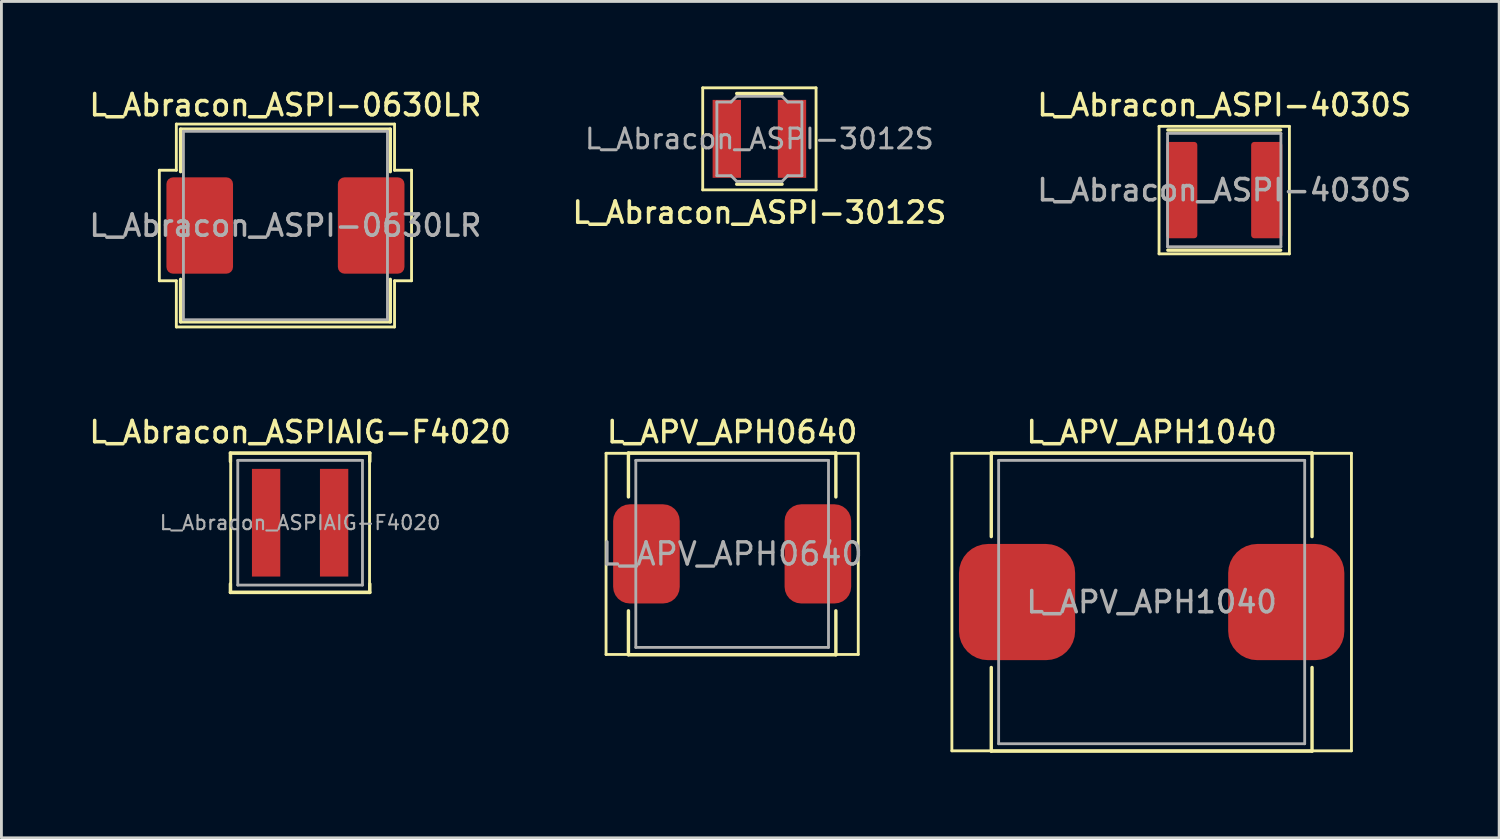
<source format=kicad_pcb>
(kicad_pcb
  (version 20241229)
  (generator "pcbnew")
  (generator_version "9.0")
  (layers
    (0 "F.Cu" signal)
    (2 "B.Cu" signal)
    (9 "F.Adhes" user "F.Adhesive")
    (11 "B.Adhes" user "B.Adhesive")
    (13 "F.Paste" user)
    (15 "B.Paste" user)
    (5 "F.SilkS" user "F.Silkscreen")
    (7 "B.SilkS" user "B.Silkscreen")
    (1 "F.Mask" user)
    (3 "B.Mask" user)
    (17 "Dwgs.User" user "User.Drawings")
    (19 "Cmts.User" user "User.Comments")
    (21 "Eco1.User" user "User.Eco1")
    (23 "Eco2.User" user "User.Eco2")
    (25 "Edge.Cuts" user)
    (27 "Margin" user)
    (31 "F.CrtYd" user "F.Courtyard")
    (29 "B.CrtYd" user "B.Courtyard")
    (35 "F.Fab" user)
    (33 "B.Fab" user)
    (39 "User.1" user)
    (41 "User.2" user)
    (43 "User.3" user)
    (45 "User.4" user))
  (footprint "L_APV_APH0640"
    (layer "F.Cu")
    (at 22.787 16.496)
    (property "Reference" "L_APV_APH0640" (at 0 -4.3 0) (layer "F.SilkS") (effects (font (size 0.75 0.75) (thickness 0.125))))
    (attr smd)
    (fp_line (start -4.45 -3.55) (end -4.45 3.55) (stroke (width 0.1) (type solid)) (layer "F.SilkS"))
    (fp_line (start -4.45 3.55) (end 4.45 3.55) (stroke (width 0.1) (type solid)) (layer "F.SilkS"))
    (fp_line (start -3.66 -3.56) (end -3.66 -2.01) (stroke (width 0.12) (type solid)) (layer "F.SilkS"))
    (fp_line (start -3.66 -3.56) (end 3.66 -3.56) (stroke (width 0.12) (type solid)) (layer "F.SilkS"))
    (fp_line (start -3.66 3.56) (end -3.66 2.01) (stroke (width 0.12) (type solid)) (layer "F.SilkS"))
    (fp_line (start -3.66 3.56) (end 3.66 3.56) (stroke (width 0.12) (type solid)) (layer "F.SilkS"))
    (fp_line (start 3.66 -3.56) (end 3.66 -2.01) (stroke (width 0.12) (type solid)) (layer "F.SilkS"))
    (fp_line (start 3.66 3.56) (end 3.66 2.01) (stroke (width 0.12) (type solid)) (layer "F.SilkS"))
    (fp_line (start 4.45 -3.55) (end -4.45 -3.55) (stroke (width 0.1) (type solid)) (layer "F.SilkS"))
    (fp_line (start 4.45 3.55) (end 4.45 -3.55) (stroke (width 0.1) (type solid)) (layer "F.SilkS"))
    (fp_line (start -3.4 -3.3) (end -3.4 3.3) (stroke (width 0.1) (type solid)) (layer "F.Fab"))
    (fp_line (start -3.4 3.3) (end 3.4 3.3) (stroke (width 0.1) (type solid)) (layer "F.Fab"))
    (fp_line (start 3.4 -3.3) (end -3.4 -3.3) (stroke (width 0.1) (type solid)) (layer "F.Fab"))
    (fp_line (start 3.4 3.3) (end 3.4 -3.3) (stroke (width 0.1) (type solid)) (layer "F.Fab"))
    (fp_text user "${REFERENCE}" (at 0 0 0) (layer "F.Fab") (effects (font (size 0.783 0.783) (thickness 0.117))))
    (pad "1" smd roundrect (at -3.025 0) (size 2.35 3.5) (layers "F.Cu" "F.Mask" "F.Paste") (roundrect_rratio 0.25))
    (pad "2" smd roundrect (at 3.025 0) (size 2.35 3.5) (layers "F.Cu" "F.Mask" "F.Paste") (roundrect_rratio 0.25)))
  (footprint "L_Abracon_ASPI-3012S"
    (layer "F.Cu")
    (at 23.748 1.85)
    (property "Reference" "L_Abracon_ASPI-3012S" (at 0 2.6 0) (layer "F.SilkS") (effects (font (size 0.75 0.75) (thickness 0.125))))
    (attr smd)
    (fp_line (start -2 -1.8) (end -2 1.8) (stroke (width 0.1) (type solid)) (layer "F.SilkS"))
    (fp_line (start -2 1.8) (end 2 1.8) (stroke (width 0.1) (type solid)) (layer "F.SilkS"))
    (fp_line (start -0.8 -1.6) (end 0.8 -1.6) (stroke (width 0.12) (type solid)) (layer "F.SilkS"))
    (fp_line (start -0.8 1.6) (end 0.8 1.6) (stroke (width 0.12) (type solid)) (layer "F.SilkS"))
    (fp_line (start 2 -1.8) (end -2 -1.8) (stroke (width 0.1) (type solid)) (layer "F.SilkS"))
    (fp_line (start 2 1.8) (end 2 -1.8) (stroke (width 0.1) (type solid)) (layer "F.SilkS"))
    (fp_line (start -1.5 -1.3) (end -1.5 1.3) (stroke (width 0.1) (type solid)) (layer "F.Fab"))
    (fp_line (start -1.5 1.3) (end -1 1.3) (stroke (width 0.1) (type solid)) (layer "F.Fab"))
    (fp_line (start -1 -1.3) (end -1.5 -1.3) (stroke (width 0.1) (type solid)) (layer "F.Fab"))
    (fp_line (start -1 1.3) (end -0.8 1.5) (stroke (width 0.1) (type solid)) (layer "F.Fab"))
    (fp_line (start -0.8 -1.5) (end -1 -1.3) (stroke (width 0.1) (type solid)) (layer "F.Fab"))
    (fp_line (start -0.8 1.5) (end 0.8 1.5) (stroke (width 0.1) (type solid)) (layer "F.Fab"))
    (fp_line (start 0.8 -1.5) (end -0.8 -1.5) (stroke (width 0.1) (type solid)) (layer "F.Fab"))
    (fp_line (start 0.8 1.5) (end 1 1.3) (stroke (width 0.1) (type solid)) (layer "F.Fab"))
    (fp_line (start 1 -1.3) (end 0.8 -1.5) (stroke (width 0.1) (type solid)) (layer "F.Fab"))
    (fp_line (start 1 1.3) (end 1.5 1.3) (stroke (width 0.1) (type solid)) (layer "F.Fab"))
    (fp_line (start 1.5 -1.3) (end 1 -1.3) (stroke (width 0.1) (type solid)) (layer "F.Fab"))
    (fp_line (start 1.5 1.3) (end 1.5 -1.3) (stroke (width 0.1) (type solid)) (layer "F.Fab"))
    (fp_text user "${REFERENCE}" (at 0 0 0) (layer "F.Fab") (effects (font (size 0.7 0.7) (thickness 0.105))))
    (pad "1" smd rect (at -1.15 0) (size 1 2.75) (layers "F.Cu" "F.Mask" "F.Paste"))
    (pad "2" smd rect (at 1.15 0) (size 1 2.75) (layers "F.Cu" "F.Mask" "F.Paste")))
  (footprint "L_Abracon_ASPI-4030S"
    (layer "F.Cu")
    (at 40.152 3.658)
    (property "Reference" "L_Abracon_ASPI-4030S" (at 0 -3 0) (layer "F.SilkS") (effects (font (size 0.75 0.75) (thickness 0.125))))
    (attr smd)
    (fp_line (start -2.3 -2.25) (end -2.3 2.25) (stroke (width 0.1) (type solid)) (layer "F.SilkS"))
    (fp_line (start -2.3 2.25) (end 2.3 2.25) (stroke (width 0.1) (type solid)) (layer "F.SilkS"))
    (fp_line (start -1.99 -2.12) (end 1.99 -2.12) (stroke (width 0.12) (type solid)) (layer "F.SilkS"))
    (fp_line (start -1.99 2.12) (end 1.99 2.12) (stroke (width 0.12) (type solid)) (layer "F.SilkS"))
    (fp_line (start 2.3 -2.25) (end -2.3 -2.25) (stroke (width 0.1) (type solid)) (layer "F.SilkS"))
    (fp_line (start 2.3 2.25) (end 2.3 -2.25) (stroke (width 0.1) (type solid)) (layer "F.SilkS"))
    (fp_line (start -2 -2) (end 2 -2) (stroke (width 0.1) (type solid)) (layer "F.Fab"))
    (fp_line (start -2 2) (end -2 -2) (stroke (width 0.1) (type solid)) (layer "F.Fab"))
    (fp_line (start 2 -2) (end 2 2) (stroke (width 0.1) (type solid)) (layer "F.Fab"))
    (fp_line (start 2 2) (end -2 2) (stroke (width 0.1) (type solid)) (layer "F.Fab"))
    (fp_text user "${REFERENCE}" (at 0 0 0) (layer "F.Fab") (effects (font (size 0.75 0.75) (thickness 0.125))))
    (pad "1" smd roundrect (at -1.5 0) (size 1.1 3.4) (layers "F.Cu" "F.Mask" "F.Paste") (roundrect_rratio 0.1))
    (pad "2" smd roundrect (at 1.5 0) (size 1.1 3.4) (layers "F.Cu" "F.Mask" "F.Paste") (roundrect_rratio 0.1)))
  (footprint "L_APV_APH1040"
    (layer "F.Cu")
    (at 37.591 18.196)
    (property "Reference" "L_APV_APH1040" (at 0 -6 0) (layer "F.SilkS") (effects (font (size 0.75 0.75) (thickness 0.125))))
    (attr smd)
    (fp_line (start -7.05 -5.25) (end -7.05 5.25) (stroke (width 0.1) (type solid)) (layer "F.SilkS"))
    (fp_line (start -7.05 5.25) (end 7.05 5.25) (stroke (width 0.1) (type solid)) (layer "F.SilkS"))
    (fp_line (start -5.66 -5.26) (end -5.66 -2.31) (stroke (width 0.12) (type solid)) (layer "F.SilkS"))
    (fp_line (start -5.66 -5.26) (end 5.66 -5.26) (stroke (width 0.12) (type solid)) (layer "F.SilkS"))
    (fp_line (start -5.66 5.26) (end -5.66 2.31) (stroke (width 0.12) (type solid)) (layer "F.SilkS"))
    (fp_line (start -5.66 5.26) (end 5.66 5.26) (stroke (width 0.12) (type solid)) (layer "F.SilkS"))
    (fp_line (start 5.66 -5.26) (end 5.66 -2.31) (stroke (width 0.12) (type solid)) (layer "F.SilkS"))
    (fp_line (start 5.66 5.26) (end 5.66 2.31) (stroke (width 0.12) (type solid)) (layer "F.SilkS"))
    (fp_line (start 7.05 -5.25) (end -7.05 -5.25) (stroke (width 0.1) (type solid)) (layer "F.SilkS"))
    (fp_line (start 7.05 5.25) (end 7.05 -5.25) (stroke (width 0.1) (type solid)) (layer "F.SilkS"))
    (fp_line (start -5.4 -5) (end -5.4 5) (stroke (width 0.1) (type solid)) (layer "F.Fab"))
    (fp_line (start -5.4 5) (end 5.4 5) (stroke (width 0.1) (type solid)) (layer "F.Fab"))
    (fp_line (start 5.4 -5) (end -5.4 -5) (stroke (width 0.1) (type solid)) (layer "F.Fab"))
    (fp_line (start 5.4 5) (end 5.4 -5) (stroke (width 0.1) (type solid)) (layer "F.Fab"))
    (fp_text user "${REFERENCE}" (at 0 0 0) (layer "F.Fab") (effects (font (size 0.75 0.75) (thickness 0.125))))
    (pad "1" smd roundrect (at -4.75 0) (size 4.1 4.1) (layers "F.Cu" "F.Mask" "F.Paste") (roundrect_rratio 0.25))
    (pad "2" smd roundrect (at 4.75 0) (size 4.1 4.1) (layers "F.Cu" "F.Mask" "F.Paste") (roundrect_rratio 0.25)))
  (footprint "L_Abracon_ASPI-0630LR"
    (layer "F.Cu")
    (at 7.023 4.908)
    (property "Reference" "L_Abracon_ASPI-0630LR" (at 0 -4.25 0) (layer "F.SilkS") (effects (font (size 0.75 0.75) (thickness 0.125))))
    (attr smd)
    (fp_line (start -4.45 -1.95) (end -4.45 1.95) (stroke (width 0.1) (type solid)) (layer "F.SilkS"))
    (fp_line (start -4.45 1.95) (end -3.85 1.95) (stroke (width 0.1) (type solid)) (layer "F.SilkS"))
    (fp_line (start -3.85 -3.58) (end -3.85 -1.95) (stroke (width 0.1) (type solid)) (layer "F.SilkS"))
    (fp_line (start -3.85 -1.95) (end -4.45 -1.95) (stroke (width 0.1) (type solid)) (layer "F.SilkS"))
    (fp_line (start -3.85 1.95) (end -3.85 3.58) (stroke (width 0.1) (type solid)) (layer "F.SilkS"))
    (fp_line (start -3.85 3.58) (end 3.85 3.58) (stroke (width 0.1) (type solid)) (layer "F.SilkS"))
    (fp_line (start -3.7 -3.4) (end -3.7 -1.9) (stroke (width 0.12) (type solid)) (layer "F.SilkS"))
    (fp_line (start -3.7 3.4) (end -3.7 1.9) (stroke (width 0.12) (type solid)) (layer "F.SilkS"))
    (fp_line (start -3.7 3.4) (end 3.7 3.4) (stroke (width 0.12) (type solid)) (layer "F.SilkS"))
    (fp_line (start 3.7 -3.4) (end -3.7 -3.4) (stroke (width 0.12) (type solid)) (layer "F.SilkS"))
    (fp_line (start 3.7 -3.4) (end 3.7 -1.9) (stroke (width 0.12) (type solid)) (layer "F.SilkS"))
    (fp_line (start 3.7 3.4) (end 3.7 1.9) (stroke (width 0.12) (type solid)) (layer "F.SilkS"))
    (fp_line (start 3.85 -3.58) (end -3.85 -3.58) (stroke (width 0.1) (type solid)) (layer "F.SilkS"))
    (fp_line (start 3.85 -1.95) (end 3.85 -3.58) (stroke (width 0.1) (type solid)) (layer "F.SilkS"))
    (fp_line (start 3.85 1.95) (end 4.45 1.95) (stroke (width 0.1) (type solid)) (layer "F.SilkS"))
    (fp_line (start 3.85 3.58) (end 3.85 1.95) (stroke (width 0.1) (type solid)) (layer "F.SilkS"))
    (fp_line (start 4.45 -1.95) (end 3.85 -1.95) (stroke (width 0.1) (type solid)) (layer "F.SilkS"))
    (fp_line (start 4.45 1.95) (end 4.45 -1.95) (stroke (width 0.1) (type solid)) (layer "F.SilkS"))
    (fp_line (start -3.6 -3.325) (end 3.6 -3.325) (stroke (width 0.1) (type solid)) (layer "F.Fab"))
    (fp_line (start -3.6 3.325) (end -3.6 -3.325) (stroke (width 0.1) (type solid)) (layer "F.Fab"))
    (fp_line (start 3.6 -3.325) (end 3.6 3.325) (stroke (width 0.1) (type solid)) (layer "F.Fab"))
    (fp_line (start 3.6 3.325) (end -3.6 3.325) (stroke (width 0.1) (type solid)) (layer "F.Fab"))
    (fp_text user "${REFERENCE}" (at 0 0 0) (layer "F.Fab") (effects (font (size 0.75 0.75) (thickness 0.125))))
    (pad "1" smd roundrect (at -3.025 0) (size 2.35 3.4) (layers "F.Cu" "F.Mask" "F.Paste") (roundrect_rratio 0.1))
    (pad "2" smd roundrect (at 3.025 0) (size 2.35 3.4) (layers "F.Cu" "F.Mask" "F.Paste") (roundrect_rratio 0.1)))
  (footprint "L_Abracon_ASPIAIG-F4020"
    (layer "F.Cu")
    (at 7.541 15.396)
    (property "Reference" "L_Abracon_ASPIAIG-F4020" (at 0 -3.2 0) (layer "F.SilkS") (effects (font (size 0.75 0.75) (thickness 0.125))))
    (attr smd)
    (fp_line (start -2.46 -2.46) (end -2.46 -2.16) (stroke (width 0.12) (type solid)) (layer "F.SilkS"))
    (fp_line (start -2.46 -2.46) (end 2.46 -2.46) (stroke (width 0.12) (type solid)) (layer "F.SilkS"))
    (fp_line (start -2.46 2.46) (end -2.46 2.16) (stroke (width 0.12) (type solid)) (layer "F.SilkS"))
    (fp_line (start -2.46 2.46) (end 2.46 2.46) (stroke (width 0.12) (type solid)) (layer "F.SilkS"))
    (fp_line (start -2.45 -2.45) (end -2.45 2.45) (stroke (width 0.1) (type solid)) (layer "F.SilkS"))
    (fp_line (start -2.45 2.45) (end 2.45 2.45) (stroke (width 0.1) (type solid)) (layer "F.SilkS"))
    (fp_line (start 2.45 -2.45) (end -2.45 -2.45) (stroke (width 0.1) (type solid)) (layer "F.SilkS"))
    (fp_line (start 2.45 2.45) (end 2.45 -2.45) (stroke (width 0.1) (type solid)) (layer "F.SilkS"))
    (fp_line (start 2.46 -2.46) (end 2.46 -2.16) (stroke (width 0.12) (type solid)) (layer "F.SilkS"))
    (fp_line (start 2.46 2.46) (end 2.46 2.16) (stroke (width 0.12) (type solid)) (layer "F.SilkS"))
    (fp_line (start -2.2 -2.2) (end -2.2 2.2) (stroke (width 0.1) (type solid)) (layer "F.Fab"))
    (fp_line (start -2.2 2.2) (end 2.2 2.2) (stroke (width 0.1) (type solid)) (layer "F.Fab"))
    (fp_line (start 2.2 -2.2) (end -2.2 -2.2) (stroke (width 0.1) (type solid)) (layer "F.Fab"))
    (fp_line (start 2.2 2.2) (end 2.2 -2.2) (stroke (width 0.1) (type solid)) (layer "F.Fab"))
    (fp_text user "${REFERENCE}" (at 0 0 0) (layer "F.Fab") (effects (font (size 0.5 0.5) (thickness 0.075))))
    (pad "1" smd rect (at -1.2 0) (size 1 3.8) (layers "F.Cu" "F.Mask" "F.Paste"))
    (pad "2" smd rect (at 1.2 0) (size 1 3.8) (layers "F.Cu" "F.Mask" "F.Paste")))
  (gr_rect
    (start -3 -3)
    (end 49.854 26.516)
    (stroke (width 0.1) (type default))
    (fill no)
    (layer "Edge.Cuts")))
</source>
